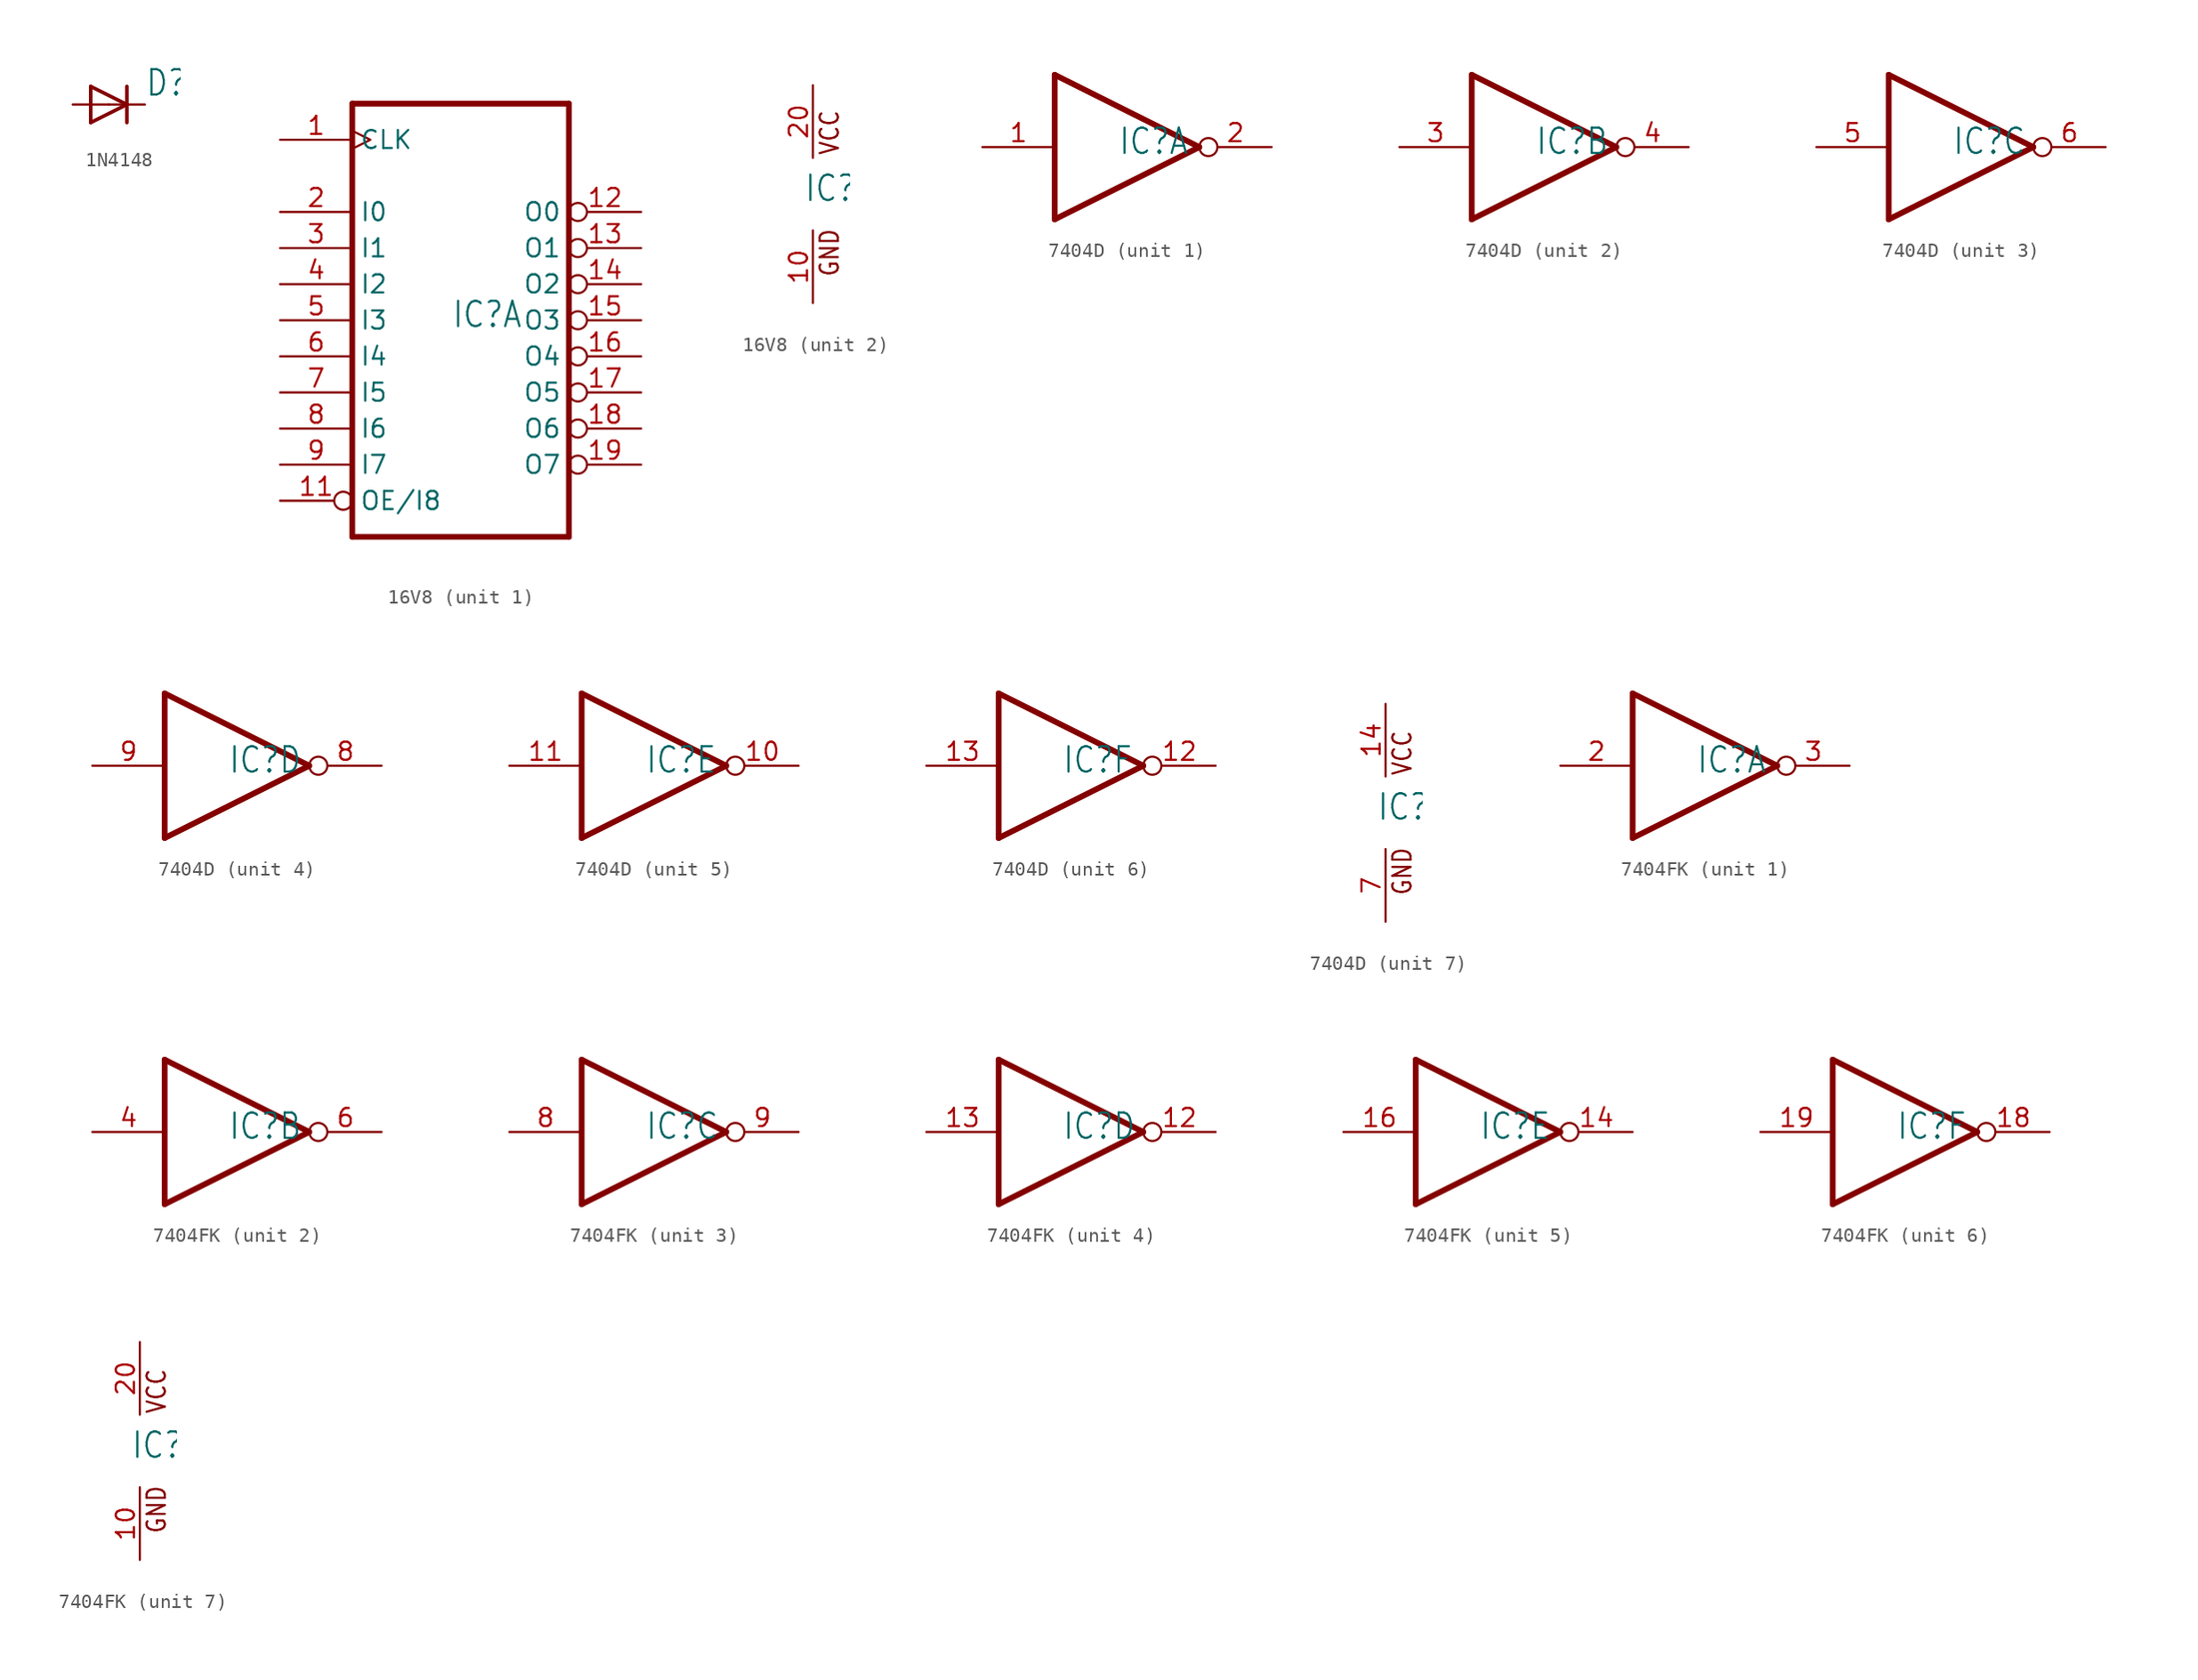
<source format=kicad_sym>
(kicad_symbol_lib
  (version 20220914)
  (generator kicad_symbol_editor)
  (symbol "1N4148"
    (property "Reference" "D"
      (at 2.54 0.483 0)
      (effects (font (size 1.778 1.511)) (justify left bottom)))
    (property "Value" ""
      (at 2.54 -2.311 0)
      (effects (font (size 1.778 1.511)) (justify left bottom)))
    (property "ki_locked" ""
      (at 0 0 0)
      (effects (font (size 1.27 1.27))))
    (symbol "1N4148_1_0"
      (polyline (pts (xy -1.27 -1.27) (xy 1.27 0)) (stroke (width 0.254) (type solid)) (fill (type none)))
      (polyline (pts (xy -1.27 1.27) (xy -1.27 -1.27)) (stroke (width 0.254) (type solid)) (fill (type none)))
      (polyline (pts (xy 1.27 0) (xy -1.27 1.27)) (stroke (width 0.254) (type solid)) (fill (type none)))
      (polyline (pts (xy 1.27 0) (xy 1.27 -1.27)) (stroke (width 0.254) (type solid)) (fill (type none)))
      (polyline (pts (xy 1.27 1.27) (xy 1.27 0)) (stroke (width 0.254) (type solid)) (fill (type none)))
      (pin passive line (at -2.54 0 0) (length 2.54) (name "A" (effects (font (size 0 0)))) (number "A" (effects (font (size 0 0)))))
      (pin passive line (at 2.54 0 180) (length 2.54) (name "C" (effects (font (size 0 0)))) (number "C" (effects (font (size 0 0)))))))
  (symbol "16V8"
    (property "Reference" "IC"
      (at -0.635 -0.635 0)
      (effects (font (size 1.778 1.511)) (justify left bottom)))
    (property "ki_locked" ""
      (at 0 0 0)
      (effects (font (size 1.27 1.27))))
    (symbol "16V8_1_0"
      (polyline (pts (xy -7.62 15.24) (xy -7.62 -15.24)) (stroke (width 0.406) (type solid)) (fill (type none)))
      (polyline (pts (xy -7.62 15.24) (xy 7.62 15.24)) (stroke (width 0.406) (type solid)) (fill (type none)))
      (polyline (pts (xy 7.62 -15.24) (xy -7.62 -15.24)) (stroke (width 0.406) (type solid)) (fill (type none)))
      (polyline (pts (xy 7.62 -15.24) (xy 7.62 15.24)) (stroke (width 0.406) (type solid)) (fill (type none)))
      (pin input clock (at -12.7 12.7 0) (length 5.08) (name "CLK" (effects (font (size 1.27 1.27)))) (number "1" (effects (font (size 1.27 1.27)))))
      (pin input inverted (at -12.7 -12.7 0) (length 5.08) (name "OE/I8" (effects (font (size 1.27 1.27)))) (number "11" (effects (font (size 1.27 1.27)))))
      (pin bidirectional inverted (at 12.7 7.62 180) (length 5.08) (name "O0" (effects (font (size 1.27 1.27)))) (number "12" (effects (font (size 1.27 1.27)))))
      (pin bidirectional inverted (at 12.7 5.08 180) (length 5.08) (name "O1" (effects (font (size 1.27 1.27)))) (number "13" (effects (font (size 1.27 1.27)))))
      (pin bidirectional inverted (at 12.7 2.54 180) (length 5.08) (name "O2" (effects (font (size 1.27 1.27)))) (number "14" (effects (font (size 1.27 1.27)))))
      (pin bidirectional inverted (at 12.7 0 180) (length 5.08) (name "O3" (effects (font (size 1.27 1.27)))) (number "15" (effects (font (size 1.27 1.27)))))
      (pin bidirectional inverted (at 12.7 -2.54 180) (length 5.08) (name "O4" (effects (font (size 1.27 1.27)))) (number "16" (effects (font (size 1.27 1.27)))))
      (pin bidirectional inverted (at 12.7 -5.08 180) (length 5.08) (name "O5" (effects (font (size 1.27 1.27)))) (number "17" (effects (font (size 1.27 1.27)))))
      (pin bidirectional inverted (at 12.7 -7.62 180) (length 5.08) (name "O6" (effects (font (size 1.27 1.27)))) (number "18" (effects (font (size 1.27 1.27)))))
      (pin bidirectional inverted (at 12.7 -10.16 180) (length 5.08) (name "O7" (effects (font (size 1.27 1.27)))) (number "19" (effects (font (size 1.27 1.27)))))
      (pin input line (at -12.7 7.62 0) (length 5.08) (name "I0" (effects (font (size 1.27 1.27)))) (number "2" (effects (font (size 1.27 1.27)))))
      (pin input line (at -12.7 5.08 0) (length 5.08) (name "I1" (effects (font (size 1.27 1.27)))) (number "3" (effects (font (size 1.27 1.27)))))
      (pin input line (at -12.7 2.54 0) (length 5.08) (name "I2" (effects (font (size 1.27 1.27)))) (number "4" (effects (font (size 1.27 1.27)))))
      (pin input line (at -12.7 0 0) (length 5.08) (name "I3" (effects (font (size 1.27 1.27)))) (number "5" (effects (font (size 1.27 1.27)))))
      (pin input line (at -12.7 -2.54 0) (length 5.08) (name "I4" (effects (font (size 1.27 1.27)))) (number "6" (effects (font (size 1.27 1.27)))))
      (pin input line (at -12.7 -5.08 0) (length 5.08) (name "I5" (effects (font (size 1.27 1.27)))) (number "7" (effects (font (size 1.27 1.27)))))
      (pin input line (at -12.7 -7.62 0) (length 5.08) (name "I6" (effects (font (size 1.27 1.27)))) (number "8" (effects (font (size 1.27 1.27)))))
      (pin input line (at -12.7 -10.16 0) (length 5.08) (name "I7" (effects (font (size 1.27 1.27)))) (number "9" (effects (font (size 1.27 1.27))))))
    (symbol "16V8_2_0"
      (text "GND" (at 1.905 -5.842 900) (effects (font (size 1.27 1.079)) (justify left bottom)))
      (text "VCC" (at 1.905 2.667 900) (effects (font (size 1.27 1.079)) (justify left bottom)))
      (pin power_in line (at 0 -7.62 90) (length 5.08) (name "GND" (effects (font (size 0 0)))) (number "10" (effects (font (size 1.27 1.27)))))
      (pin power_in line (at 0 7.62 270) (length 5.08) (name "VCC" (effects (font (size 0 0)))) (number "20" (effects (font (size 1.27 1.27)))))))
  (symbol "7404D"
    (property "Reference" "IC"
      (at -0.635 -0.635 0)
      (effects (font (size 1.778 1.511)) (justify left bottom)))
    (property "ki_locked" ""
      (at 0 0 0)
      (effects (font (size 1.27 1.27))))
    (symbol "7404D_1_0"
      (polyline (pts (xy -5.08 -5.08) (xy -5.08 5.08)) (stroke (width 0.406) (type solid)) (fill (type none)))
      (polyline (pts (xy -5.08 5.08) (xy 5.08 0)) (stroke (width 0.406) (type solid)) (fill (type none)))
      (polyline (pts (xy 5.08 0) (xy -5.08 -5.08)) (stroke (width 0.406) (type solid)) (fill (type none)))
      (pin input line (at -10.16 0 0) (length 5.08) (name "I" (effects (font (size 0 0)))) (number "1" (effects (font (size 1.27 1.27)))))
      (pin output inverted (at 10.16 0 180) (length 5.08) (name "O" (effects (font (size 0 0)))) (number "2" (effects (font (size 1.27 1.27))))))
    (symbol "7404D_2_0"
      (polyline (pts (xy -5.08 -5.08) (xy -5.08 5.08)) (stroke (width 0.406) (type solid)) (fill (type none)))
      (polyline (pts (xy -5.08 5.08) (xy 5.08 0)) (stroke (width 0.406) (type solid)) (fill (type none)))
      (polyline (pts (xy 5.08 0) (xy -5.08 -5.08)) (stroke (width 0.406) (type solid)) (fill (type none)))
      (pin input line (at -10.16 0 0) (length 5.08) (name "I" (effects (font (size 0 0)))) (number "3" (effects (font (size 1.27 1.27)))))
      (pin output inverted (at 10.16 0 180) (length 5.08) (name "O" (effects (font (size 0 0)))) (number "4" (effects (font (size 1.27 1.27))))))
    (symbol "7404D_3_0"
      (polyline (pts (xy -5.08 -5.08) (xy -5.08 5.08)) (stroke (width 0.406) (type solid)) (fill (type none)))
      (polyline (pts (xy -5.08 5.08) (xy 5.08 0)) (stroke (width 0.406) (type solid)) (fill (type none)))
      (polyline (pts (xy 5.08 0) (xy -5.08 -5.08)) (stroke (width 0.406) (type solid)) (fill (type none)))
      (pin input line (at -10.16 0 0) (length 5.08) (name "I" (effects (font (size 0 0)))) (number "5" (effects (font (size 1.27 1.27)))))
      (pin output inverted (at 10.16 0 180) (length 5.08) (name "O" (effects (font (size 0 0)))) (number "6" (effects (font (size 1.27 1.27))))))
    (symbol "7404D_4_0"
      (polyline (pts (xy -5.08 -5.08) (xy -5.08 5.08)) (stroke (width 0.406) (type solid)) (fill (type none)))
      (polyline (pts (xy -5.08 5.08) (xy 5.08 0)) (stroke (width 0.406) (type solid)) (fill (type none)))
      (polyline (pts (xy 5.08 0) (xy -5.08 -5.08)) (stroke (width 0.406) (type solid)) (fill (type none)))
      (pin output inverted (at 10.16 0 180) (length 5.08) (name "O" (effects (font (size 0 0)))) (number "8" (effects (font (size 1.27 1.27)))))
      (pin input line (at -10.16 0 0) (length 5.08) (name "I" (effects (font (size 0 0)))) (number "9" (effects (font (size 1.27 1.27))))))
    (symbol "7404D_5_0"
      (polyline (pts (xy -5.08 -5.08) (xy -5.08 5.08)) (stroke (width 0.406) (type solid)) (fill (type none)))
      (polyline (pts (xy -5.08 5.08) (xy 5.08 0)) (stroke (width 0.406) (type solid)) (fill (type none)))
      (polyline (pts (xy 5.08 0) (xy -5.08 -5.08)) (stroke (width 0.406) (type solid)) (fill (type none)))
      (pin output inverted (at 10.16 0 180) (length 5.08) (name "O" (effects (font (size 0 0)))) (number "10" (effects (font (size 1.27 1.27)))))
      (pin input line (at -10.16 0 0) (length 5.08) (name "I" (effects (font (size 0 0)))) (number "11" (effects (font (size 1.27 1.27))))))
    (symbol "7404D_6_0"
      (polyline (pts (xy -5.08 -5.08) (xy -5.08 5.08)) (stroke (width 0.406) (type solid)) (fill (type none)))
      (polyline (pts (xy -5.08 5.08) (xy 5.08 0)) (stroke (width 0.406) (type solid)) (fill (type none)))
      (polyline (pts (xy 5.08 0) (xy -5.08 -5.08)) (stroke (width 0.406) (type solid)) (fill (type none)))
      (pin output inverted (at 10.16 0 180) (length 5.08) (name "O" (effects (font (size 0 0)))) (number "12" (effects (font (size 1.27 1.27)))))
      (pin input line (at -10.16 0 0) (length 5.08) (name "I" (effects (font (size 0 0)))) (number "13" (effects (font (size 1.27 1.27))))))
    (symbol "7404D_7_0"
      (text "GND" (at 1.905 -5.842 900) (effects (font (size 1.27 1.079)) (justify left bottom)))
      (text "VCC" (at 1.905 2.54 900) (effects (font (size 1.27 1.079)) (justify left bottom)))
      (pin power_in line (at 0 7.62 270) (length 5.08) (name "VCC" (effects (font (size 0 0)))) (number "14" (effects (font (size 1.27 1.27)))))
      (pin power_in line (at 0 -7.62 90) (length 5.08) (name "GND" (effects (font (size 0 0)))) (number "7" (effects (font (size 1.27 1.27)))))))
  (symbol "7404FK"
    (property "Reference" "IC"
      (at -0.635 -0.635 0)
      (effects (font (size 1.778 1.511)) (justify left bottom)))
    (property "ki_locked" ""
      (at 0 0 0)
      (effects (font (size 1.27 1.27))))
    (symbol "7404FK_1_0"
      (polyline (pts (xy -5.08 -5.08) (xy -5.08 5.08)) (stroke (width 0.406) (type solid)) (fill (type none)))
      (polyline (pts (xy -5.08 5.08) (xy 5.08 0)) (stroke (width 0.406) (type solid)) (fill (type none)))
      (polyline (pts (xy 5.08 0) (xy -5.08 -5.08)) (stroke (width 0.406) (type solid)) (fill (type none)))
      (pin input line (at -10.16 0 0) (length 5.08) (name "I" (effects (font (size 0 0)))) (number "2" (effects (font (size 1.27 1.27)))))
      (pin output inverted (at 10.16 0 180) (length 5.08) (name "O" (effects (font (size 0 0)))) (number "3" (effects (font (size 1.27 1.27))))))
    (symbol "7404FK_2_0"
      (polyline (pts (xy -5.08 -5.08) (xy -5.08 5.08)) (stroke (width 0.406) (type solid)) (fill (type none)))
      (polyline (pts (xy -5.08 5.08) (xy 5.08 0)) (stroke (width 0.406) (type solid)) (fill (type none)))
      (polyline (pts (xy 5.08 0) (xy -5.08 -5.08)) (stroke (width 0.406) (type solid)) (fill (type none)))
      (pin input line (at -10.16 0 0) (length 5.08) (name "I" (effects (font (size 0 0)))) (number "4" (effects (font (size 1.27 1.27)))))
      (pin output inverted (at 10.16 0 180) (length 5.08) (name "O" (effects (font (size 0 0)))) (number "6" (effects (font (size 1.27 1.27))))))
    (symbol "7404FK_3_0"
      (polyline (pts (xy -5.08 -5.08) (xy -5.08 5.08)) (stroke (width 0.406) (type solid)) (fill (type none)))
      (polyline (pts (xy -5.08 5.08) (xy 5.08 0)) (stroke (width 0.406) (type solid)) (fill (type none)))
      (polyline (pts (xy 5.08 0) (xy -5.08 -5.08)) (stroke (width 0.406) (type solid)) (fill (type none)))
      (pin input line (at -10.16 0 0) (length 5.08) (name "I" (effects (font (size 0 0)))) (number "8" (effects (font (size 1.27 1.27)))))
      (pin output inverted (at 10.16 0 180) (length 5.08) (name "O" (effects (font (size 0 0)))) (number "9" (effects (font (size 1.27 1.27))))))
    (symbol "7404FK_4_0"
      (polyline (pts (xy -5.08 -5.08) (xy -5.08 5.08)) (stroke (width 0.406) (type solid)) (fill (type none)))
      (polyline (pts (xy -5.08 5.08) (xy 5.08 0)) (stroke (width 0.406) (type solid)) (fill (type none)))
      (polyline (pts (xy 5.08 0) (xy -5.08 -5.08)) (stroke (width 0.406) (type solid)) (fill (type none)))
      (pin output inverted (at 10.16 0 180) (length 5.08) (name "O" (effects (font (size 0 0)))) (number "12" (effects (font (size 1.27 1.27)))))
      (pin input line (at -10.16 0 0) (length 5.08) (name "I" (effects (font (size 0 0)))) (number "13" (effects (font (size 1.27 1.27))))))
    (symbol "7404FK_5_0"
      (polyline (pts (xy -5.08 -5.08) (xy -5.08 5.08)) (stroke (width 0.406) (type solid)) (fill (type none)))
      (polyline (pts (xy -5.08 5.08) (xy 5.08 0)) (stroke (width 0.406) (type solid)) (fill (type none)))
      (polyline (pts (xy 5.08 0) (xy -5.08 -5.08)) (stroke (width 0.406) (type solid)) (fill (type none)))
      (pin output inverted (at 10.16 0 180) (length 5.08) (name "O" (effects (font (size 0 0)))) (number "14" (effects (font (size 1.27 1.27)))))
      (pin input line (at -10.16 0 0) (length 5.08) (name "I" (effects (font (size 0 0)))) (number "16" (effects (font (size 1.27 1.27))))))
    (symbol "7404FK_6_0"
      (polyline (pts (xy -5.08 -5.08) (xy -5.08 5.08)) (stroke (width 0.406) (type solid)) (fill (type none)))
      (polyline (pts (xy -5.08 5.08) (xy 5.08 0)) (stroke (width 0.406) (type solid)) (fill (type none)))
      (polyline (pts (xy 5.08 0) (xy -5.08 -5.08)) (stroke (width 0.406) (type solid)) (fill (type none)))
      (pin output inverted (at 10.16 0 180) (length 5.08) (name "O" (effects (font (size 0 0)))) (number "18" (effects (font (size 1.27 1.27)))))
      (pin input line (at -10.16 0 0) (length 5.08) (name "I" (effects (font (size 0 0)))) (number "19" (effects (font (size 1.27 1.27))))))
    (symbol "7404FK_7_0"
      (text "GND" (at 1.905 -5.842 900) (effects (font (size 1.27 1.079)) (justify left bottom)))
      (text "VCC" (at 1.905 2.54 900) (effects (font (size 1.27 1.079)) (justify left bottom)))
      (pin power_in line (at 0 -7.62 90) (length 5.08) (name "GND" (effects (font (size 0 0)))) (number "10" (effects (font (size 1.27 1.27)))))
      (pin power_in line (at 0 7.62 270) (length 5.08) (name "VCC" (effects (font (size 0 0)))) (number "20" (effects (font (size 1.27 1.27))))))))
</source>
